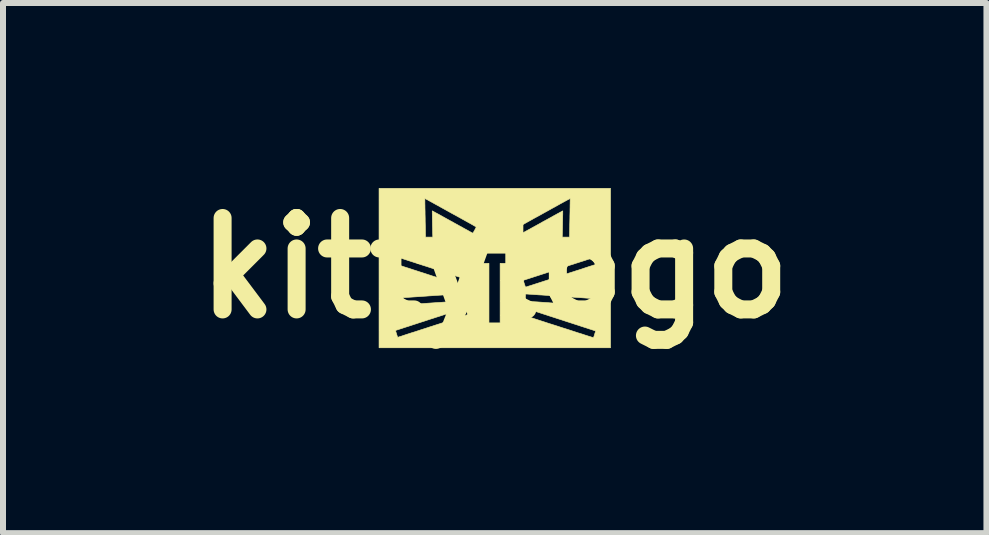
<source format=kicad_pcb>
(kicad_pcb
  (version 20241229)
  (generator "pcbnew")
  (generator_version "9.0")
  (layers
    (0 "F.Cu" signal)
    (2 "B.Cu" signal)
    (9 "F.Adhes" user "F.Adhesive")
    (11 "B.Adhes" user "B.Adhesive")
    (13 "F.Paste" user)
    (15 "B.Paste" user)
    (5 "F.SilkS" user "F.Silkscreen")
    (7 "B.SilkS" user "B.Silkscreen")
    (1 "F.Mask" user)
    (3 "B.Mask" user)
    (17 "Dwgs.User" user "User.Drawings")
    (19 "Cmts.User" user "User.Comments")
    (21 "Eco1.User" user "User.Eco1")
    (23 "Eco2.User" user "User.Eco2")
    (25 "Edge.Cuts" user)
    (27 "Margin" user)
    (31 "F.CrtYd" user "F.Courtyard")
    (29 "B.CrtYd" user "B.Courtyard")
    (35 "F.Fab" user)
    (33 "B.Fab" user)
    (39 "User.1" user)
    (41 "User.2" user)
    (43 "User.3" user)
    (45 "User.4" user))
  (footprint "kittylogo"
    (layer "F.Cu")
    (at 5.196 1.418)
    (property "Reference" "kittylogo" (at 0 0 0) (layer "F.SilkS") (effects (font (size 1.524 1.524) (thickness 0.3))))
    (attr through_hole)
    (fp_poly (pts (xy 1.93 1.329) (xy -1.928 1.329) (xy -1.928 1.04) (xy -1.653 1.04) (xy -1.653 1.043) (xy -1.651 1.05) (xy -1.648 1.06) (xy -1.644 1.074) (xy -1.639 1.088) (xy -1.635 1.103) (xy -1.63 1.117) (xy -1.626 1.13) (xy -1.622 1.141) (xy -1.62 1.148) (xy -1.62 1.148) (xy -1.616 1.153) (xy -1.613 1.153) (xy -1.61 1.152) (xy -1.602 1.15) (xy -1.589 1.145) (xy -1.571 1.14) (xy -1.549 1.133) (xy -1.523 1.124) (xy -1.493 1.114) (xy -1.459 1.103) (xy -1.422 1.091) (xy -1.382 1.078) (xy -1.339 1.065) (xy -1.293 1.05) (xy -1.245 1.034) (xy -1.195 1.018) (xy -1.142 1.001) (xy -1.088 0.983) (xy -1.033 0.966) (xy -1.031 0.965) (xy -0.976 0.947) (xy -0.922 0.93) (xy -0.87 0.913) (xy -0.819 0.896) (xy -0.771 0.881) (xy -0.726 0.866) (xy -0.682 0.852) (xy -0.642 0.839) (xy -0.605 0.827) (xy -0.572 0.816) (xy -0.542 0.807) (xy -0.516 0.798) (xy -0.494 0.791) (xy -0.476 0.785) (xy -0.463 0.781) (xy -0.455 0.778) (xy -0.452 0.777) (xy -0.452 0.777) (xy -0.453 0.775) (xy -0.455 0.768) (xy -0.458 0.757) (xy -0.462 0.744) (xy -0.467 0.729) (xy -0.472 0.714) (xy -0.477 0.699) (xy -0.481 0.686) (xy -0.485 0.675) (xy -0.488 0.667) (xy -0.49 0.663) (xy -0.49 0.663) (xy -0.493 0.664) (xy -0.501 0.667) (xy -0.513 0.671) (xy -0.53 0.676) (xy -0.552 0.683) (xy -0.577 0.691) (xy -0.606 0.7) (xy -0.638 0.711) (xy -0.673 0.722) (xy -0.71 0.734) (xy -0.75 0.747) (xy -0.792 0.761) (xy -0.836 0.775) (xy -0.882 0.79) (xy -0.928 0.805) (xy -0.976 0.82) (xy -1.024 0.836) (xy -1.072 0.851) (xy -1.121 0.867) (xy -1.169 0.883) (xy -1.216 0.898) (xy -1.263 0.913) (xy -1.308 0.928) (xy -1.352 0.942) (xy -1.394 0.956) (xy -1.434 0.969) (xy -1.472 0.981) (xy -1.507 0.992) (xy -1.539 1.003) (xy -1.567 1.012) (xy -1.592 1.02) (xy -1.613 1.027) (xy -1.63 1.032) (xy -1.643 1.037) (xy -1.651 1.039) (xy -1.653 1.04) (xy -1.928 1.04) (xy -1.928 0.506) (xy -1.695 0.506) (xy -1.695 0.509) (xy -1.694 0.516) (xy -1.694 0.528) (xy -1.693 0.542) (xy -1.692 0.556) (xy -1.69 0.573) (xy -1.689 0.588) (xy -1.689 0.601) (xy -1.688 0.611) (xy -1.688 0.615) (xy -1.687 0.62) (xy -1.686 0.623) (xy -1.681 0.624) (xy -1.674 0.624) (xy -1.67 0.623) (xy -1.661 0.623) (xy -1.646 0.622) (xy -1.627 0.621) (xy -1.603 0.619) (xy -1.575 0.617) (xy -1.542 0.615) (xy -1.506 0.613) (xy -1.467 0.61) (xy -1.424 0.607) (xy -1.379 0.604) (xy -1.33 0.601) (xy -1.28 0.597) (xy -1.227 0.594) (xy -1.172 0.59) (xy -1.116 0.586) (xy -1.07 0.583) (xy -1.013 0.579) (xy -0.957 0.575) (xy -0.903 0.572) (xy -0.851 0.568) (xy -0.802 0.565) (xy -0.755 0.561) (xy -0.71 0.558) (xy -0.669 0.555) (xy -0.631 0.553) (xy -0.597 0.55) (xy -0.566 0.548) (xy -0.54 0.546) (xy -0.518 0.545) (xy -0.501 0.543) (xy -0.488 0.542) (xy -0.481 0.542) (xy -0.479 0.542) (xy -0.479 0.539) (xy -0.479 0.531) (xy -0.48 0.52) (xy -0.48 0.506) (xy -0.481 0.491) (xy -0.482 0.475) (xy -0.484 0.459) (xy -0.485 0.446) (xy -0.486 0.434) (xy -0.486 0.427) (xy -0.487 0.424) (xy -0.487 0.424) (xy -0.49 0.424) (xy -0.498 0.424) (xy -0.511 0.425) (xy -0.529 0.426) (xy -0.551 0.428) (xy -0.577 0.43) (xy -0.607 0.431) (xy -0.641 0.434) (xy -0.677 0.436) (xy -0.717 0.439) (xy -0.759 0.442) (xy -0.803 0.445) (xy -0.849 0.448) (xy -0.896 0.451) (xy -0.945 0.454) (xy -0.994 0.457) (xy -1.045 0.461) (xy -1.095 0.464) (xy -1.146 0.468) (xy -1.196 0.471) (xy -1.245 0.475) (xy -1.294 0.478) (xy -1.341 0.481) (xy -1.386 0.484) (xy -1.43 0.487) (xy -1.472 0.49) (xy -1.511 0.493) (xy -1.547 0.495) (xy -1.58 0.498) (xy -1.609 0.5) (xy -1.635 0.501) (xy -1.656 0.503) (xy -1.673 0.504) (xy -1.686 0.505) (xy -1.693 0.506) (xy -1.695 0.506) (xy -1.928 0.506) (xy -1.928 -0.069) (xy -1.659 -0.069) (xy -1.659 -0.069) (xy -1.656 -0.068) (xy -1.648 -0.066) (xy -1.635 -0.061) (xy -1.618 -0.056) (xy -1.597 -0.049) (xy -1.572 -0.041) (xy -1.543 -0.032) (xy -1.511 -0.021) (xy -1.476 -0.01) (xy -1.438 0.002) (xy -1.398 0.015) (xy -1.356 0.029) (xy -1.312 0.043) (xy -1.267 0.058) (xy -1.22 0.073) (xy -1.172 0.088) (xy -1.124 0.104) (xy -1.075 0.12) (xy -1.027 0.136) (xy -0.978 0.151) (xy -0.931 0.167) (xy -0.884 0.182) (xy -0.838 0.196) (xy -0.794 0.211) (xy -0.751 0.225) (xy -0.711 0.238) (xy -0.673 0.25) (xy -0.637 0.261) (xy -0.605 0.272) (xy -0.576 0.281) (xy -0.55 0.289) (xy -0.528 0.297) (xy -0.511 0.302) (xy -0.497 0.306) (xy -0.489 0.309) (xy -0.485 0.31) (xy -0.485 0.31) (xy -0.484 0.308) (xy -0.481 0.301) (xy -0.477 0.29) (xy -0.473 0.276) (xy -0.467 0.26) (xy -0.466 0.254) (xy -0.46 0.237) (xy -0.456 0.222) (xy -0.452 0.21) (xy -0.45 0.201) (xy -0.449 0.197) (xy -0.449 0.196) (xy -0.452 0.195) (xy -0.46 0.193) (xy -0.472 0.189) (xy -0.489 0.183) (xy -0.511 0.176) (xy -0.536 0.168) (xy -0.565 0.158) (xy -0.597 0.148) (xy -0.632 0.137) (xy -0.669 0.124) (xy -0.709 0.111) (xy -0.752 0.098) (xy -0.796 0.083) (xy -0.841 0.069) (xy -0.888 0.053) (xy -0.935 0.038) (xy -0.984 0.022) (xy -1.032 0.007) (xy -1.081 -0.009) (xy -1.129 -0.025) (xy -1.177 -0.04) (xy -1.224 -0.055) (xy -1.269 -0.07) (xy -1.313 -0.084) (xy -1.356 -0.098) (xy -1.396 -0.111) (xy -1.434 -0.123) (xy -1.47 -0.135) (xy -1.502 -0.145) (xy -1.531 -0.155) (xy -1.557 -0.163) (xy -1.579 -0.17) (xy -1.596 -0.176) (xy -1.609 -0.18) (xy -1.618 -0.182) (xy -1.621 -0.183) (xy -1.621 -0.183) (xy -1.622 -0.181) (xy -1.625 -0.174) (xy -1.628 -0.164) (xy -1.633 -0.151) (xy -1.638 -0.136) (xy -1.643 -0.121) (xy -1.647 -0.106) (xy -1.652 -0.093) (xy -1.655 -0.081) (xy -1.658 -0.073) (xy -1.659 -0.069) (xy -1.928 -0.069) (xy -1.928 -0.248) (xy -0.285 -0.248) (xy -0.285 -0.079) (xy -0.096 -0.079) (xy -0.096 0.914) (xy 0.09 0.914) (xy 0.09 0.785) (xy 0.482 0.785) (xy 0.482 0.785) (xy 0.485 0.786) (xy 0.493 0.789) (xy 0.506 0.793) (xy 0.523 0.799) (xy 0.544 0.806) (xy 0.57 0.814) (xy 0.599 0.824) (xy 0.631 0.834) (xy 0.666 0.846) (xy 0.703 0.858) (xy 0.743 0.871) (xy 0.786 0.885) (xy 0.83 0.899) (xy 0.875 0.914) (xy 0.922 0.929) (xy 0.969 0.944) (xy 1.017 0.959) (xy 1.066 0.975) (xy 1.114 0.991) (xy 1.162 1.006) (xy 1.21 1.021) (xy 1.256 1.036) (xy 1.302 1.051) (xy 1.345 1.065) (xy 1.387 1.079) (xy 1.427 1.091) (xy 1.465 1.103) (xy 1.5 1.115) (xy 1.532 1.125) (xy 1.56 1.134) (xy 1.585 1.142) (xy 1.606 1.148) (xy 1.623 1.154) (xy 1.636 1.157) (xy 1.643 1.16) (xy 1.646 1.16) (xy 1.647 1.157) (xy 1.65 1.15) (xy 1.654 1.138) (xy 1.659 1.124) (xy 1.664 1.108) (xy 1.665 1.104) (xy 1.67 1.088) (xy 1.675 1.073) (xy 1.678 1.061) (xy 1.681 1.053) (xy 1.681 1.049) (xy 1.681 1.048) (xy 1.679 1.047) (xy 1.671 1.045) (xy 1.658 1.041) (xy 1.641 1.035) (xy 1.62 1.028) (xy 1.595 1.02) (xy 1.566 1.011) (xy 1.534 1) (xy 1.499 0.989) (xy 1.462 0.977) (xy 1.422 0.964) (xy 1.38 0.95) (xy 1.336 0.936) (xy 1.29 0.921) (xy 1.244 0.906) (xy 1.197 0.891) (xy 1.149 0.875) (xy 1.1 0.859) (xy 1.052 0.844) (xy 1.004 0.828) (xy 0.957 0.813) (xy 0.91 0.798) (xy 0.865 0.783) (xy 0.821 0.769) (xy 0.779 0.755) (xy 0.739 0.742) (xy 0.702 0.73) (xy 0.667 0.719) (xy 0.636 0.709) (xy 0.607 0.7) (xy 0.582 0.692) (xy 0.562 0.685) (xy 0.545 0.68) (xy 0.533 0.676) (xy 0.525 0.673) (xy 0.523 0.673) (xy 0.521 0.673) (xy 0.519 0.673) (xy 0.517 0.676) (xy 0.514 0.682) (xy 0.511 0.69) (xy 0.507 0.702) (xy 0.501 0.719) (xy 0.499 0.727) (xy 0.493 0.744) (xy 0.489 0.759) (xy 0.485 0.771) (xy 0.483 0.78) (xy 0.482 0.785) (xy 0.09 0.785) (xy 0.09 0.547) (xy 0.508 0.547) (xy 0.508 0.55) (xy 0.508 0.551) (xy 0.512 0.551) (xy 0.521 0.552) (xy 0.535 0.553) (xy 0.554 0.554) (xy 0.577 0.555) (xy 0.604 0.557) (xy 0.635 0.56) (xy 0.669 0.562) (xy 0.706 0.564) (xy 0.747 0.567) (xy 0.789 0.57) (xy 0.834 0.573) (xy 0.88 0.576) (xy 0.928 0.58) (xy 0.977 0.583) (xy 1.026 0.586) (xy 1.076 0.59) (xy 1.127 0.593) (xy 1.177 0.597) (xy 1.227 0.6) (xy 1.276 0.604) (xy 1.324 0.607) (xy 1.37 0.61) (xy 1.414 0.613) (xy 1.457 0.616) (xy 1.497 0.619) (xy 1.535 0.621) (xy 1.569 0.623) (xy 1.6 0.625) (xy 1.627 0.627) (xy 1.65 0.629) (xy 1.669 0.63) (xy 1.684 0.631) (xy 1.693 0.632) (xy 1.697 0.632) (xy 1.697 0.632) (xy 1.707 0.632) (xy 1.713 0.631) (xy 1.715 0.63) (xy 1.716 0.627) (xy 1.716 0.626) (xy 1.716 0.621) (xy 1.717 0.612) (xy 1.718 0.599) (xy 1.719 0.583) (xy 1.72 0.567) (xy 1.721 0.551) (xy 1.722 0.536) (xy 1.723 0.525) (xy 1.723 0.517) (xy 1.723 0.514) (xy 1.72 0.514) (xy 1.712 0.513) (xy 1.699 0.512) (xy 1.681 0.511) (xy 1.659 0.509) (xy 1.632 0.508) (xy 1.602 0.505) (xy 1.569 0.503) (xy 1.532 0.501) (xy 1.493 0.498) (xy 1.451 0.495) (xy 1.407 0.492) (xy 1.361 0.489) (xy 1.314 0.486) (xy 1.265 0.482) (xy 1.215 0.479) (xy 1.165 0.475) (xy 1.115 0.472) (xy 1.064 0.469) (xy 1.014 0.465) (xy 0.965 0.462) (xy 0.916 0.459) (xy 0.869 0.455) (xy 0.823 0.452) (xy 0.78 0.449) (xy 0.738 0.447) (xy 0.699 0.444) (xy 0.663 0.442) (xy 0.63 0.439) (xy 0.601 0.437) (xy 0.575 0.436) (xy 0.554 0.434) (xy 0.537 0.433) (xy 0.524 0.433) (xy 0.517 0.432) (xy 0.515 0.432) (xy 0.515 0.435) (xy 0.514 0.443) (xy 0.513 0.454) (xy 0.512 0.468) (xy 0.511 0.483) (xy 0.51 0.499) (xy 0.509 0.514) (xy 0.508 0.528) (xy 0.508 0.539) (xy 0.508 0.547) (xy 0.09 0.547) (xy 0.09 0.205) (xy 0.477 0.205) (xy 0.478 0.208) (xy 0.48 0.215) (xy 0.483 0.226) (xy 0.487 0.241) (xy 0.492 0.257) (xy 0.494 0.262) (xy 0.5 0.281) (xy 0.505 0.295) (xy 0.509 0.305) (xy 0.511 0.312) (xy 0.514 0.316) (xy 0.516 0.317) (xy 0.518 0.317) (xy 0.518 0.317) (xy 0.521 0.316) (xy 0.529 0.313) (xy 0.543 0.309) (xy 0.56 0.303) (xy 0.583 0.296) (xy 0.609 0.288) (xy 0.639 0.278) (xy 0.673 0.267) (xy 0.71 0.255) (xy 0.751 0.242) (xy 0.794 0.228) (xy 0.84 0.213) (xy 0.888 0.198) (xy 0.938 0.181) (xy 0.991 0.164) (xy 1.045 0.147) (xy 1.1 0.129) (xy 1.103 0.128) (xy 1.159 0.11) (xy 1.213 0.092) (xy 1.265 0.075) (xy 1.316 0.059) (xy 1.364 0.043) (xy 1.41 0.029) (xy 1.453 0.015) (xy 1.493 0.001) (xy 1.531 -0.011) (xy 1.564 -0.022) (xy 1.595 -0.032) (xy 1.621 -0.04) (xy 1.643 -0.047) (xy 1.661 -0.053) (xy 1.674 -0.058) (xy 1.682 -0.06) (xy 1.685 -0.062) (xy 1.685 -0.062) (xy 1.685 -0.065) (xy 1.683 -0.072) (xy 1.68 -0.083) (xy 1.676 -0.096) (xy 1.672 -0.111) (xy 1.667 -0.126) (xy 1.662 -0.14) (xy 1.658 -0.153) (xy 1.654 -0.164) (xy 1.651 -0.171) (xy 1.65 -0.174) (xy 1.647 -0.173) (xy 1.64 -0.171) (xy 1.627 -0.167) (xy 1.61 -0.162) (xy 1.589 -0.155) (xy 1.563 -0.147) (xy 1.535 -0.138) (xy 1.503 -0.127) (xy 1.468 -0.116) (xy 1.43 -0.104) (xy 1.39 -0.091) (xy 1.348 -0.078) (xy 1.304 -0.063) (xy 1.258 -0.049) (xy 1.212 -0.034) (xy 1.164 -0.018) (xy 1.116 -0.003) (xy 1.067 0.013) (xy 1.018 0.029) (xy 0.97 0.044) (xy 0.922 0.06) (xy 0.876 0.075) (xy 0.83 0.09) (xy 0.786 0.104) (xy 0.743 0.118) (xy 0.703 0.131) (xy 0.665 0.143) (xy 0.629 0.155) (xy 0.597 0.165) (xy 0.568 0.175) (xy 0.542 0.183) (xy 0.52 0.19) (xy 0.503 0.196) (xy 0.489 0.2) (xy 0.481 0.203) (xy 0.477 0.205) (xy 0.477 0.205) (xy 0.09 0.205) (xy 0.09 -0.079) (xy 0.279 -0.079) (xy 0.279 -0.248) (xy -0.285 -0.248) (xy -1.928 -0.248) (xy -1.928 -1.148) (xy -1.165 -1.148) (xy -1.165 -1.135) (xy -1.164 -1.117) (xy -1.164 -1.095) (xy -1.164 -1.07) (xy -1.163 -1.041) (xy -1.163 -1.009) (xy -1.162 -0.974) (xy -1.161 -0.937) (xy -1.161 -0.898) (xy -1.16 -0.866) (xy -1.159 -0.825) (xy -1.159 -0.786) (xy -1.158 -0.748) (xy -1.157 -0.711) (xy -1.156 -0.678) (xy -1.156 -0.647) (xy -1.155 -0.619) (xy -1.155 -0.595) (xy -1.155 -0.575) (xy -1.154 -0.56) (xy -1.154 -0.549) (xy -1.154 -0.545) (xy -1.154 -0.516) (xy -1.032 -0.516) (xy -1.034 -0.572) (xy -1.035 -0.591) (xy -1.035 -0.613) (xy -1.036 -0.638) (xy -1.036 -0.664) (xy -1.037 -0.692) (xy -1.038 -0.722) (xy -1.038 -0.751) (xy -1.039 -0.781) (xy -1.039 -0.809) (xy -1.04 -0.837) (xy -1.04 -0.863) (xy -1.04 -0.887) (xy -1.041 -0.908) (xy -1.041 -0.925) (xy -1.041 -0.939) (xy -1.041 -0.948) (xy -1.041 -0.952) (xy -1.041 -0.953) (xy -1.038 -0.952) (xy -1.031 -0.948) (xy -1.019 -0.942) (xy -1.004 -0.933) (xy -0.984 -0.922) (xy -0.961 -0.91) (xy -0.935 -0.896) (xy -0.906 -0.88) (xy -0.874 -0.862) (xy -0.84 -0.843) (xy -0.804 -0.823) (xy -0.766 -0.802) (xy -0.726 -0.78) (xy -0.705 -0.769) (xy -0.665 -0.746) (xy -0.626 -0.725) (xy -0.589 -0.704) (xy -0.553 -0.685) (xy -0.52 -0.666) (xy -0.489 -0.649) (xy -0.461 -0.634) (xy -0.436 -0.62) (xy -0.415 -0.608) (xy -0.397 -0.598) (xy -0.383 -0.591) (xy -0.373 -0.585) (xy -0.368 -0.583) (xy -0.367 -0.582) (xy -0.364 -0.584) (xy -0.36 -0.589) (xy -0.353 -0.599) (xy -0.345 -0.614) (xy -0.336 -0.629) (xy -0.328 -0.644) (xy -0.321 -0.658) (xy -0.315 -0.67) (xy -0.311 -0.678) (xy -0.309 -0.682) (xy -0.309 -0.682) (xy -0.309 -0.683) (xy 0.401 -0.683) (xy 0.403 -0.679) (xy 0.407 -0.671) (xy 0.413 -0.66) (xy 0.42 -0.647) (xy 0.428 -0.632) (xy 0.429 -0.63) (xy 0.439 -0.611) (xy 0.448 -0.597) (xy 0.454 -0.588) (xy 0.458 -0.583) (xy 0.46 -0.582) (xy 0.463 -0.584) (xy 0.471 -0.588) (xy 0.482 -0.594) (xy 0.498 -0.603) (xy 0.518 -0.614) (xy 0.542 -0.627) (xy 0.568 -0.641) (xy 0.597 -0.657) (xy 0.629 -0.675) (xy 0.664 -0.694) (xy 0.7 -0.714) (xy 0.738 -0.735) (xy 0.778 -0.757) (xy 0.798 -0.769) (xy 0.839 -0.791) (xy 0.877 -0.812) (xy 0.915 -0.833) (xy 0.95 -0.852) (xy 0.983 -0.871) (xy 1.013 -0.887) (xy 1.041 -0.903) (xy 1.066 -0.916) (xy 1.087 -0.928) (xy 1.105 -0.937) (xy 1.119 -0.945) (xy 1.128 -0.95) (xy 1.133 -0.952) (xy 1.134 -0.953) (xy 1.134 -0.95) (xy 1.134 -0.942) (xy 1.134 -0.929) (xy 1.134 -0.912) (xy 1.134 -0.892) (xy 1.133 -0.869) (xy 1.133 -0.844) (xy 1.132 -0.817) (xy 1.132 -0.788) (xy 1.131 -0.758) (xy 1.131 -0.729) (xy 1.13 -0.7) (xy 1.13 -0.671) (xy 1.129 -0.644) (xy 1.128 -0.619) (xy 1.128 -0.596) (xy 1.127 -0.577) (xy 1.127 -0.574) (xy 1.125 -0.516) (xy 1.247 -0.516) (xy 1.247 -0.545) (xy 1.247 -0.552) (xy 1.248 -0.564) (xy 1.248 -0.581) (xy 1.248 -0.602) (xy 1.249 -0.628) (xy 1.249 -0.656) (xy 1.25 -0.688) (xy 1.25 -0.723) (xy 1.251 -0.759) (xy 1.252 -0.798) (xy 1.253 -0.838) (xy 1.253 -0.866) (xy 1.254 -0.906) (xy 1.255 -0.945) (xy 1.255 -0.981) (xy 1.256 -1.015) (xy 1.256 -1.047) (xy 1.257 -1.075) (xy 1.257 -1.1) (xy 1.258 -1.121) (xy 1.258 -1.138) (xy 1.258 -1.15) (xy 1.258 -1.157) (xy 1.258 -1.159) (xy 1.255 -1.158) (xy 1.248 -1.154) (xy 1.236 -1.148) (xy 1.221 -1.14) (xy 1.202 -1.13) (xy 1.18 -1.118) (xy 1.156 -1.105) (xy 1.129 -1.09) (xy 1.099 -1.074) (xy 1.069 -1.057) (xy 1.044 -1.043) (xy 1.005 -1.021) (xy 0.962 -0.998) (xy 0.916 -0.972) (xy 0.869 -0.946) (xy 0.82 -0.919) (xy 0.772 -0.892) (xy 0.725 -0.866) (xy 0.68 -0.842) (xy 0.638 -0.819) (xy 0.616 -0.806) (xy 0.574 -0.783) (xy 0.538 -0.763) (xy 0.506 -0.745) (xy 0.478 -0.729) (xy 0.455 -0.716) (xy 0.436 -0.705) (xy 0.422 -0.697) (xy 0.411 -0.69) (xy 0.405 -0.686) (xy 0.402 -0.683) (xy 0.401 -0.683) (xy -0.309 -0.683) (xy -0.309 -0.684) (xy -0.312 -0.686) (xy -0.316 -0.689) (xy -0.323 -0.693) (xy -0.332 -0.699) (xy -0.345 -0.706) (xy -0.36 -0.715) (xy -0.379 -0.726) (xy -0.402 -0.739) (xy -0.429 -0.754) (xy -0.46 -0.771) (xy -0.496 -0.791) (xy -0.499 -0.793) (xy -0.532 -0.811) (xy -0.569 -0.832) (xy -0.609 -0.854) (xy -0.652 -0.878) (xy -0.697 -0.902) (xy -0.742 -0.927) (xy -0.787 -0.952) (xy -0.832 -0.977) (xy -0.875 -1.001) (xy -0.915 -1.023) (xy -0.926 -1.03) (xy -0.96 -1.048) (xy -0.993 -1.066) (xy -1.023 -1.083) (xy -1.052 -1.099) (xy -1.078 -1.113) (xy -1.101 -1.126) (xy -1.121 -1.137) (xy -1.138 -1.146) (xy -1.151 -1.152) (xy -1.16 -1.157) (xy -1.164 -1.159) (xy -1.164 -1.159) (xy -1.165 -1.156) (xy -1.165 -1.148) (xy -1.928 -1.148) (xy -1.928 -1.329) (xy 1.93 -1.329) (xy 1.93 1.329)) (stroke (width 0.01) (type solid)) (fill yes) (layer "F.SilkS")))
  (gr_rect
    (start -3 -3)
    (end 13.392 5.836)
    (stroke (width 0.1) (type default))
    (fill no)
    (layer "Edge.Cuts")))
</source>
